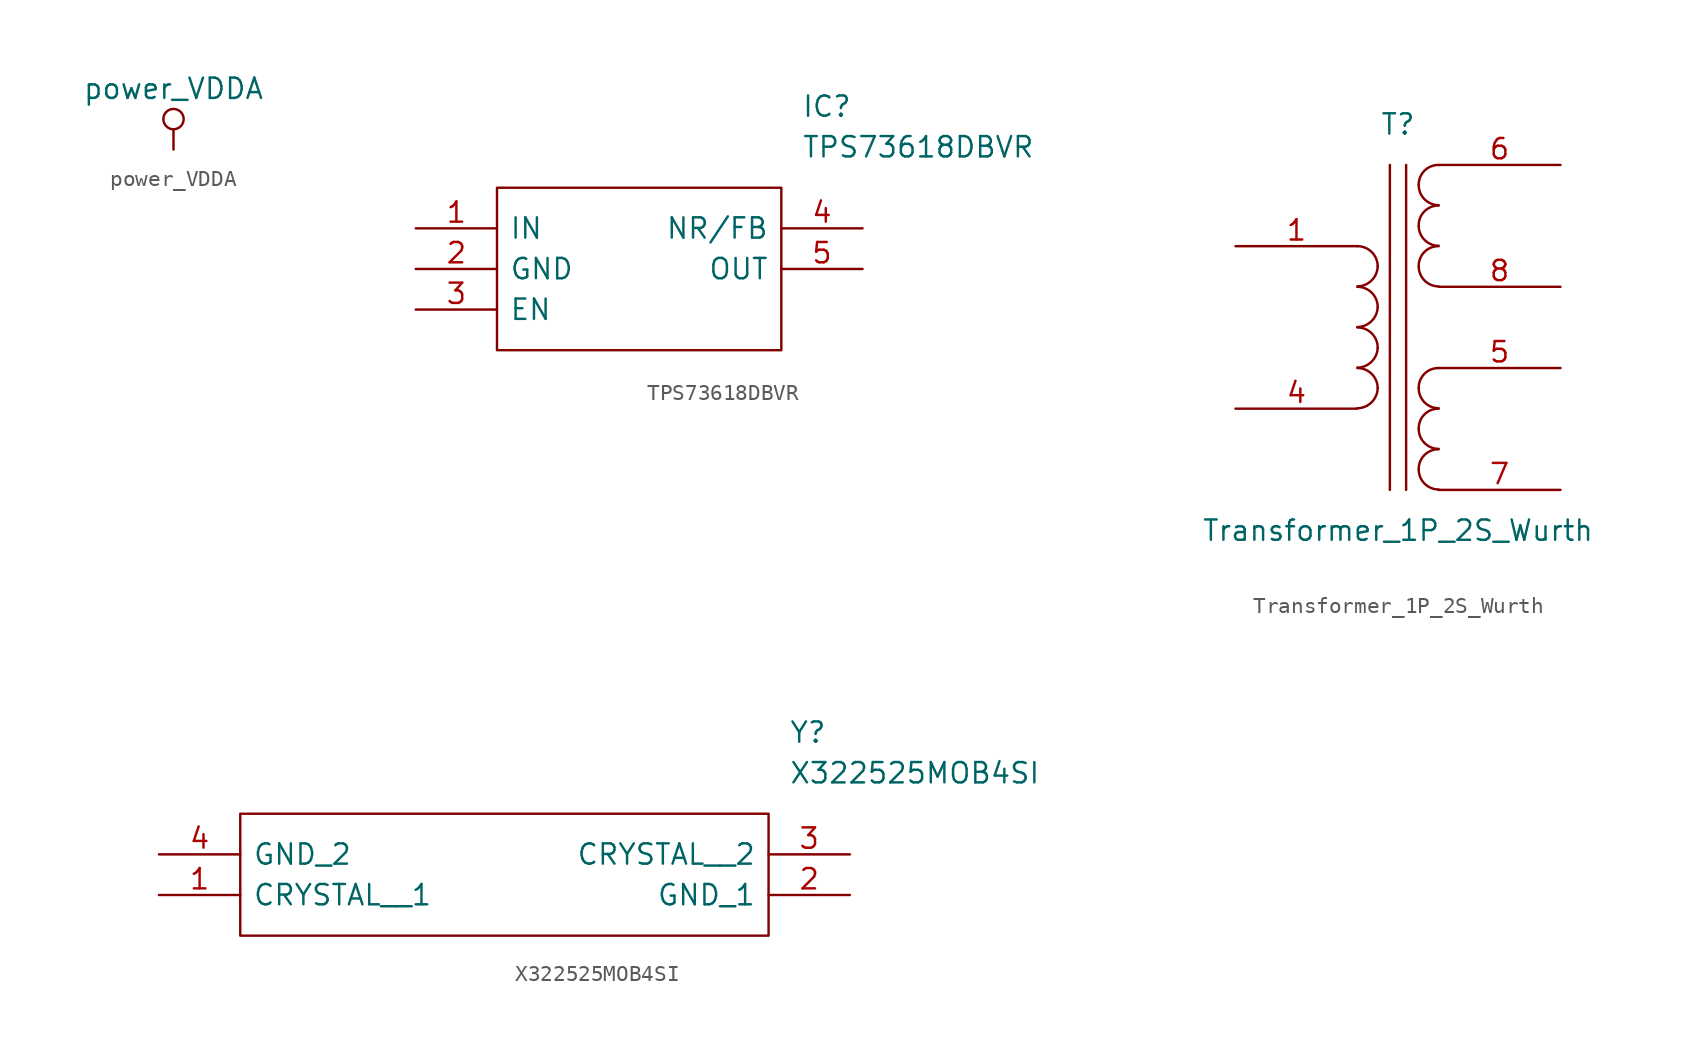
<source format=kicad_sym>
(kicad_symbol_lib
  (version 20231120)
  (generator "kicad_symbol_editor")
  (generator_version "8.0")
  (symbol "power_VDDA"
    (power)
    (pin_names
      (offset 0))
    (property "Reference" "#PWR"
      (at 0 -3.81 0)
      (effects (font (size 1.27 1.27)) (hide yes)))
    (property "Value" "power_VDDA"
      (at 0 3.81 0)
      (effects (font (size 1.27 1.27))))
    (symbol "power_VDDA_0_1"
      (polyline (pts (xy 0 0) (xy 0 1.27)) (stroke (width 0) (type solid)) (fill (type none)))
      (circle (center 0 1.905) (radius 0.635) (stroke (width 0) (type solid)) (fill (type none))))
    (symbol "power_VDDA_1_1"
      (pin power_in line (at 0 0 90) (length 0) hide (name "VDDA" (effects (font (size 1.27 1.27)))) (number "1" (effects (font (size 1.27 1.27)))))))
  (symbol "TPS73618DBVR"
    (pin_names
      (offset 0.762))
    (property "Reference" "IC"
      (at 24.13 7.62 0)
      (effects (font (size 1.27 1.27)) (justify left)))
    (property "Value" "TPS73618DBVR"
      (at 24.13 5.08 0)
      (effects (font (size 1.27 1.27)) (justify left)))
    (symbol "TPS73618DBVR_0_0"
      (pin passive line (at 0 0 0) (length 5.08) (name "IN" (effects (font (size 1.27 1.27)))) (number "1" (effects (font (size 1.27 1.27)))))
      (pin passive line (at 0 -2.54 0) (length 5.08) (name "GND" (effects (font (size 1.27 1.27)))) (number "2" (effects (font (size 1.27 1.27)))))
      (pin passive line (at 0 -5.08 0) (length 5.08) (name "EN" (effects (font (size 1.27 1.27)))) (number "3" (effects (font (size 1.27 1.27)))))
      (pin passive line (at 27.94 0 180) (length 5.08) (name "NR/FB" (effects (font (size 1.27 1.27)))) (number "4" (effects (font (size 1.27 1.27)))))
      (pin passive line (at 27.94 -2.54 180) (length 5.08) (name "OUT" (effects (font (size 1.27 1.27)))) (number "5" (effects (font (size 1.27 1.27))))))
    (symbol "TPS73618DBVR_0_1"
      (polyline (pts (xy 5.08 2.54) (xy 22.86 2.54) (xy 22.86 -7.62) (xy 5.08 -7.62) (xy 5.08 2.54)) (stroke (width 0.152) (type solid)) (fill (type none)))))
  (symbol "Transformer_1P_2S_Wurth"
    (pin_names
      (offset 1.016) hide)
    (property "Reference" "T"
      (at 0 12.7 0)
      (effects (font (size 1.27 1.27))))
    (property "Value" "Transformer_1P_2S_Wurth"
      (at 0 -12.7 0)
      (effects (font (size 1.27 1.27))))
    (symbol "Transformer_1P_2S_Wurth_0_1"
      (arc (start -2.54 -5.0546) (mid -1.6599 -4.6901) (end -1.27 -3.81) (stroke (width 0) (type solid)) (fill (type none)))
      (arc (start -2.54 -2.5146) (mid -1.6599 -2.1501) (end -1.27 -1.27) (stroke (width 0) (type solid)) (fill (type none)))
      (arc (start -2.54 0.0254) (mid -1.6599 0.3899) (end -1.27 1.27) (stroke (width 0) (type solid)) (fill (type none)))
      (arc (start -2.54 2.5654) (mid -1.6599 2.9299) (end -1.27 3.81) (stroke (width 0) (type solid)) (fill (type none)))
      (arc (start -1.27 -3.81) (mid -1.642 -2.912) (end -2.54 -2.54) (stroke (width 0) (type solid)) (fill (type none)))
      (arc (start -1.27 -1.27) (mid -1.642 -0.372) (end -2.54 0) (stroke (width 0) (type solid)) (fill (type none)))
      (arc (start -1.27 1.27) (mid -1.642 2.168) (end -2.54 2.54) (stroke (width 0) (type solid)) (fill (type none)))
      (arc (start -1.27 3.81) (mid -1.642 4.708) (end -2.54 5.08) (stroke (width 0) (type solid)) (fill (type none)))
      (polyline (pts (xy -0.508 -10.16) (xy -0.508 10.16)) (stroke (width 0) (type solid)) (fill (type none)))
      (polyline (pts (xy 0.508 10.16) (xy 0.508 -10.16)) (stroke (width 0) (type solid)) (fill (type none)))
      (arc (start 1.2954 -8.89) (mid 1.6599 -9.7701) (end 2.54 -10.1346) (stroke (width 0) (type solid)) (fill (type none)))
      (arc (start 1.2954 -6.35) (mid 1.6599 -7.2301) (end 2.54 -7.5946) (stroke (width 0) (type solid)) (fill (type none)))
      (arc (start 1.2954 -3.81) (mid 1.6599 -4.6901) (end 2.54 -5.0546) (stroke (width 0) (type solid)) (fill (type none)))
      (arc (start 1.2954 3.81) (mid 1.6599 2.9299) (end 2.54 2.5654) (stroke (width 0) (type solid)) (fill (type none)))
      (arc (start 1.2954 6.35) (mid 1.6599 5.4699) (end 2.54 5.1054) (stroke (width 0) (type solid)) (fill (type none)))
      (arc (start 1.2954 8.89) (mid 1.6599 8.0099) (end 2.54 7.6454) (stroke (width 0) (type solid)) (fill (type none)))
      (arc (start 2.54 -7.62) (mid 1.642 -7.992) (end 1.2954 -8.89) (stroke (width 0) (type solid)) (fill (type none)))
      (arc (start 2.54 -5.08) (mid 1.642 -5.452) (end 1.2954 -6.35) (stroke (width 0) (type solid)) (fill (type none)))
      (arc (start 2.54 -2.54) (mid 1.642 -2.912) (end 1.2954 -3.81) (stroke (width 0) (type solid)) (fill (type none)))
      (arc (start 2.54 5.08) (mid 1.642 4.708) (end 1.2954 3.81) (stroke (width 0) (type solid)) (fill (type none)))
      (arc (start 2.54 7.62) (mid 1.642 7.248) (end 1.2954 6.35) (stroke (width 0) (type solid)) (fill (type none)))
      (arc (start 2.54 10.16) (mid 1.642 9.788) (end 1.2954 8.89) (stroke (width 0) (type solid)) (fill (type none))))
    (symbol "Transformer_1P_2S_Wurth_1_1"
      (pin passive line (at -10.16 5.08 0) (length 7.62) (name "AA" (effects (font (size 1.27 1.27)))) (number "1" (effects (font (size 1.27 1.27)))))
      (pin passive line (at -10.16 -5.08 0) (length 7.62) (name "AB" (effects (font (size 1.27 1.27)))) (number "4" (effects (font (size 1.27 1.27)))))
      (pin passive line (at 10.16 -2.54 180) (length 7.62) (name "SC" (effects (font (size 1.27 1.27)))) (number "5" (effects (font (size 1.27 1.27)))))
      (pin passive line (at 10.16 10.16 180) (length 7.62) (name "SA" (effects (font (size 1.27 1.27)))) (number "6" (effects (font (size 1.27 1.27)))))
      (pin passive line (at 10.16 -10.16 180) (length 7.62) (name "SD" (effects (font (size 1.27 1.27)))) (number "7" (effects (font (size 1.27 1.27)))))
      (pin passive line (at 10.16 2.54 180) (length 7.62) (name "SB" (effects (font (size 1.27 1.27)))) (number "8" (effects (font (size 1.27 1.27)))))))
  (symbol "X322525MOB4SI"
    (pin_names
      (offset 0.762))
    (property "Reference" "Y"
      (at 39.37 7.62 0)
      (effects (font (size 1.27 1.27)) (justify left)))
    (property "Value" "X322525MOB4SI"
      (at 39.37 5.08 0)
      (effects (font (size 1.27 1.27)) (justify left)))
    (symbol "X322525MOB4SI_0_0"
      (pin passive line (at 0 -2.54 0) (length 5.08) (name "CRYSTAL__1" (effects (font (size 1.27 1.27)))) (number "1" (effects (font (size 1.27 1.27)))))
      (pin passive line (at 43.18 -2.54 180) (length 5.08) (name "GND_1" (effects (font (size 1.27 1.27)))) (number "2" (effects (font (size 1.27 1.27)))))
      (pin passive line (at 43.18 0 180) (length 5.08) (name "CRYSTAL__2" (effects (font (size 1.27 1.27)))) (number "3" (effects (font (size 1.27 1.27)))))
      (pin passive line (at 0 0 0) (length 5.08) (name "GND_2" (effects (font (size 1.27 1.27)))) (number "4" (effects (font (size 1.27 1.27))))))
    (symbol "X322525MOB4SI_0_1"
      (polyline (pts (xy 5.08 2.54) (xy 38.1 2.54) (xy 38.1 -5.08) (xy 5.08 -5.08) (xy 5.08 2.54)) (stroke (width 0.152) (type solid)) (fill (type none))))))
</source>
